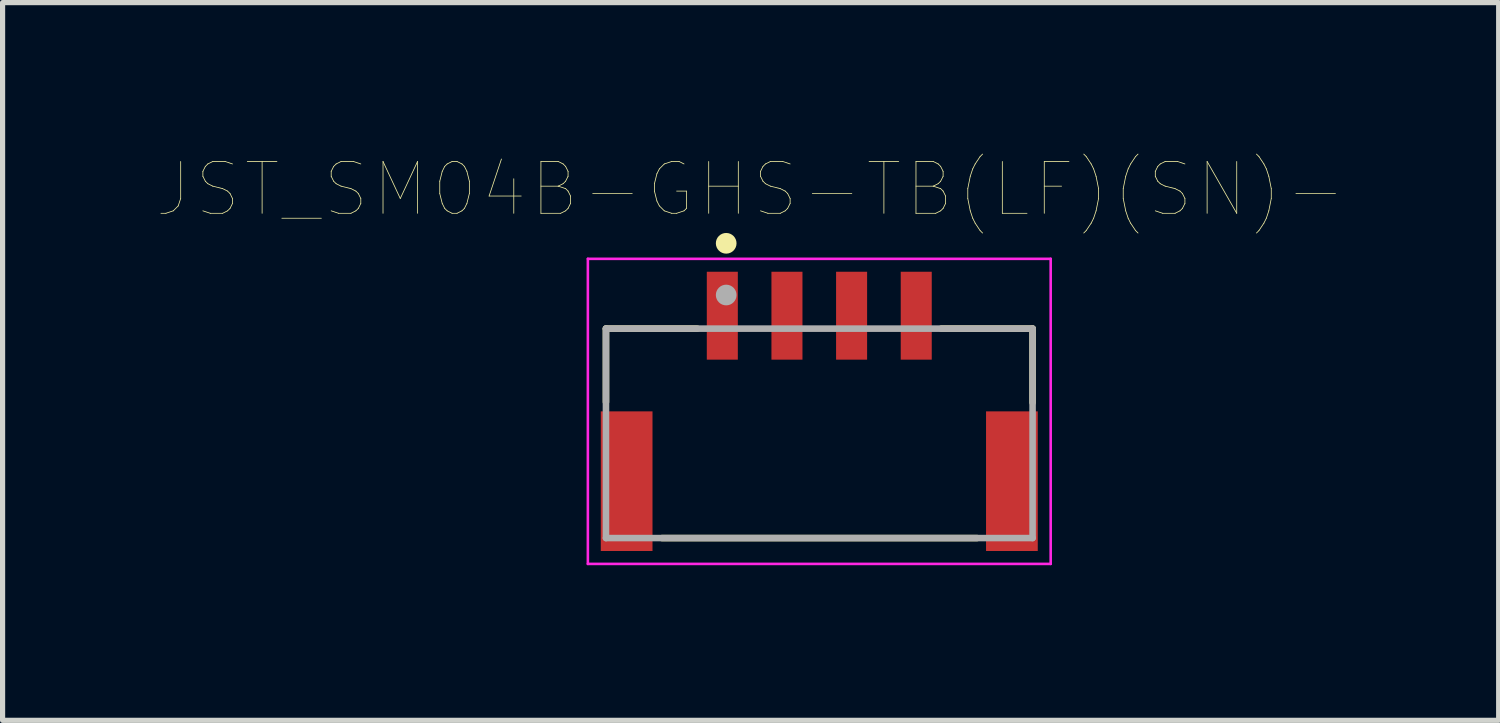
<source format=kicad_pcb>
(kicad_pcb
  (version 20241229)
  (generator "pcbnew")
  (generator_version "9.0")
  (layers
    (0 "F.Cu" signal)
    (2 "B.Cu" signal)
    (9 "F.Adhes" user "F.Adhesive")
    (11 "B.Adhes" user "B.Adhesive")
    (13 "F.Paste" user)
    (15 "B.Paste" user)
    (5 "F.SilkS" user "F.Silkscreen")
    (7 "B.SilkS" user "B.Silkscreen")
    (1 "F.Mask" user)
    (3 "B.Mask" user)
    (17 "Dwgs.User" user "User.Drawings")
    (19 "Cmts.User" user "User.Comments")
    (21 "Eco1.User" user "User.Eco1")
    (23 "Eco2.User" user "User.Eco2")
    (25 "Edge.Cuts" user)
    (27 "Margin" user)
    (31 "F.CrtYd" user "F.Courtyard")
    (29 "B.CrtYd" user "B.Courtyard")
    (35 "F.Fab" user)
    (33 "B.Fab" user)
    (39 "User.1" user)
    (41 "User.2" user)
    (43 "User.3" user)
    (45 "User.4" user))
  (footprint "JST_SM04B-GHS-TB(LF)(SN)-"
    (layer "F.Cu")
    (at 12.793 5.33)
    (property "Reference" "JST_SM04B-GHS-TB(LF)(SN)-" (at -1.327 -4.718 0) (layer "F.SilkS") (effects (font (size 1.002 1.002) (thickness 0.015))))
    (attr through_hole)
    (fp_line (start -4.125 -2.025) (end -2.36 -2.025) (stroke (width 0.127) (type solid)) (layer "F.SilkS"))
    (fp_line (start -4.125 -0.605) (end -4.125 -2.025) (stroke (width 0.127) (type solid)) (layer "F.SilkS"))
    (fp_line (start -3.04 2.025) (end 3.05 2.025) (stroke (width 0.127) (type solid)) (layer "F.SilkS"))
    (fp_line (start 4.125 -2.025) (end 2.36 -2.025) (stroke (width 0.127) (type solid)) (layer "F.SilkS"))
    (fp_line (start 4.125 -0.595) (end 4.125 -2.025) (stroke (width 0.127) (type solid)) (layer "F.SilkS"))
    (fp_circle (center -1.8 -3.675) (end -1.7 -3.675) (stroke (width 0.2) (type solid)) (fill no) (layer "F.SilkS"))
    (fp_line (start -4.475 -3.375) (end 4.475 -3.375) (stroke (width 0.05) (type solid)) (layer "F.CrtYd"))
    (fp_line (start -4.475 2.525) (end -4.475 -3.375) (stroke (width 0.05) (type solid)) (layer "F.CrtYd"))
    (fp_line (start 4.475 -3.375) (end 4.475 2.525) (stroke (width 0.05) (type solid)) (layer "F.CrtYd"))
    (fp_line (start 4.475 2.525) (end -4.475 2.525) (stroke (width 0.05) (type solid)) (layer "F.CrtYd"))
    (fp_line (start -4.125 -2.025) (end 4.125 -2.025) (stroke (width 0.127) (type solid)) (layer "F.Fab"))
    (fp_line (start -4.125 2.025) (end -4.125 -2.025) (stroke (width 0.127) (type solid)) (layer "F.Fab"))
    (fp_line (start 4.125 -2.025) (end 4.125 2.025) (stroke (width 0.127) (type solid)) (layer "F.Fab"))
    (fp_line (start 4.125 2.025) (end -4.125 2.025) (stroke (width 0.127) (type solid)) (layer "F.Fab"))
    (fp_circle (center -1.8 -2.675) (end -1.7 -2.675) (stroke (width 0.2) (type solid)) (fill no) (layer "F.Fab"))
    (pad "1" smd rect (at -1.875 -2.275) (size 0.6 1.7) (layers "F.Cu" "F.Mask" "F.Paste"))
    (pad "2" smd rect (at -0.625 -2.275) (size 0.6 1.7) (layers "F.Cu" "F.Mask" "F.Paste"))
    (pad "3" smd rect (at 0.625 -2.275) (size 0.6 1.7) (layers "F.Cu" "F.Mask" "F.Paste"))
    (pad "4" smd rect (at 1.875 -2.275) (size 0.6 1.7) (layers "F.Cu" "F.Mask" "F.Paste"))
    (pad "SH1" smd rect (at -3.725 0.925) (size 1 2.7) (layers "F.Cu" "F.Mask" "F.Paste"))
    (pad "SH2" smd rect (at 3.725 0.925) (size 1 2.7) (layers "F.Cu" "F.Mask" "F.Paste")))
  (gr_rect
    (start -3 -3)
    (end 25.931 10.88)
    (stroke (width 0.1) (type default))
    (fill no)
    (layer "Edge.Cuts")))
</source>
